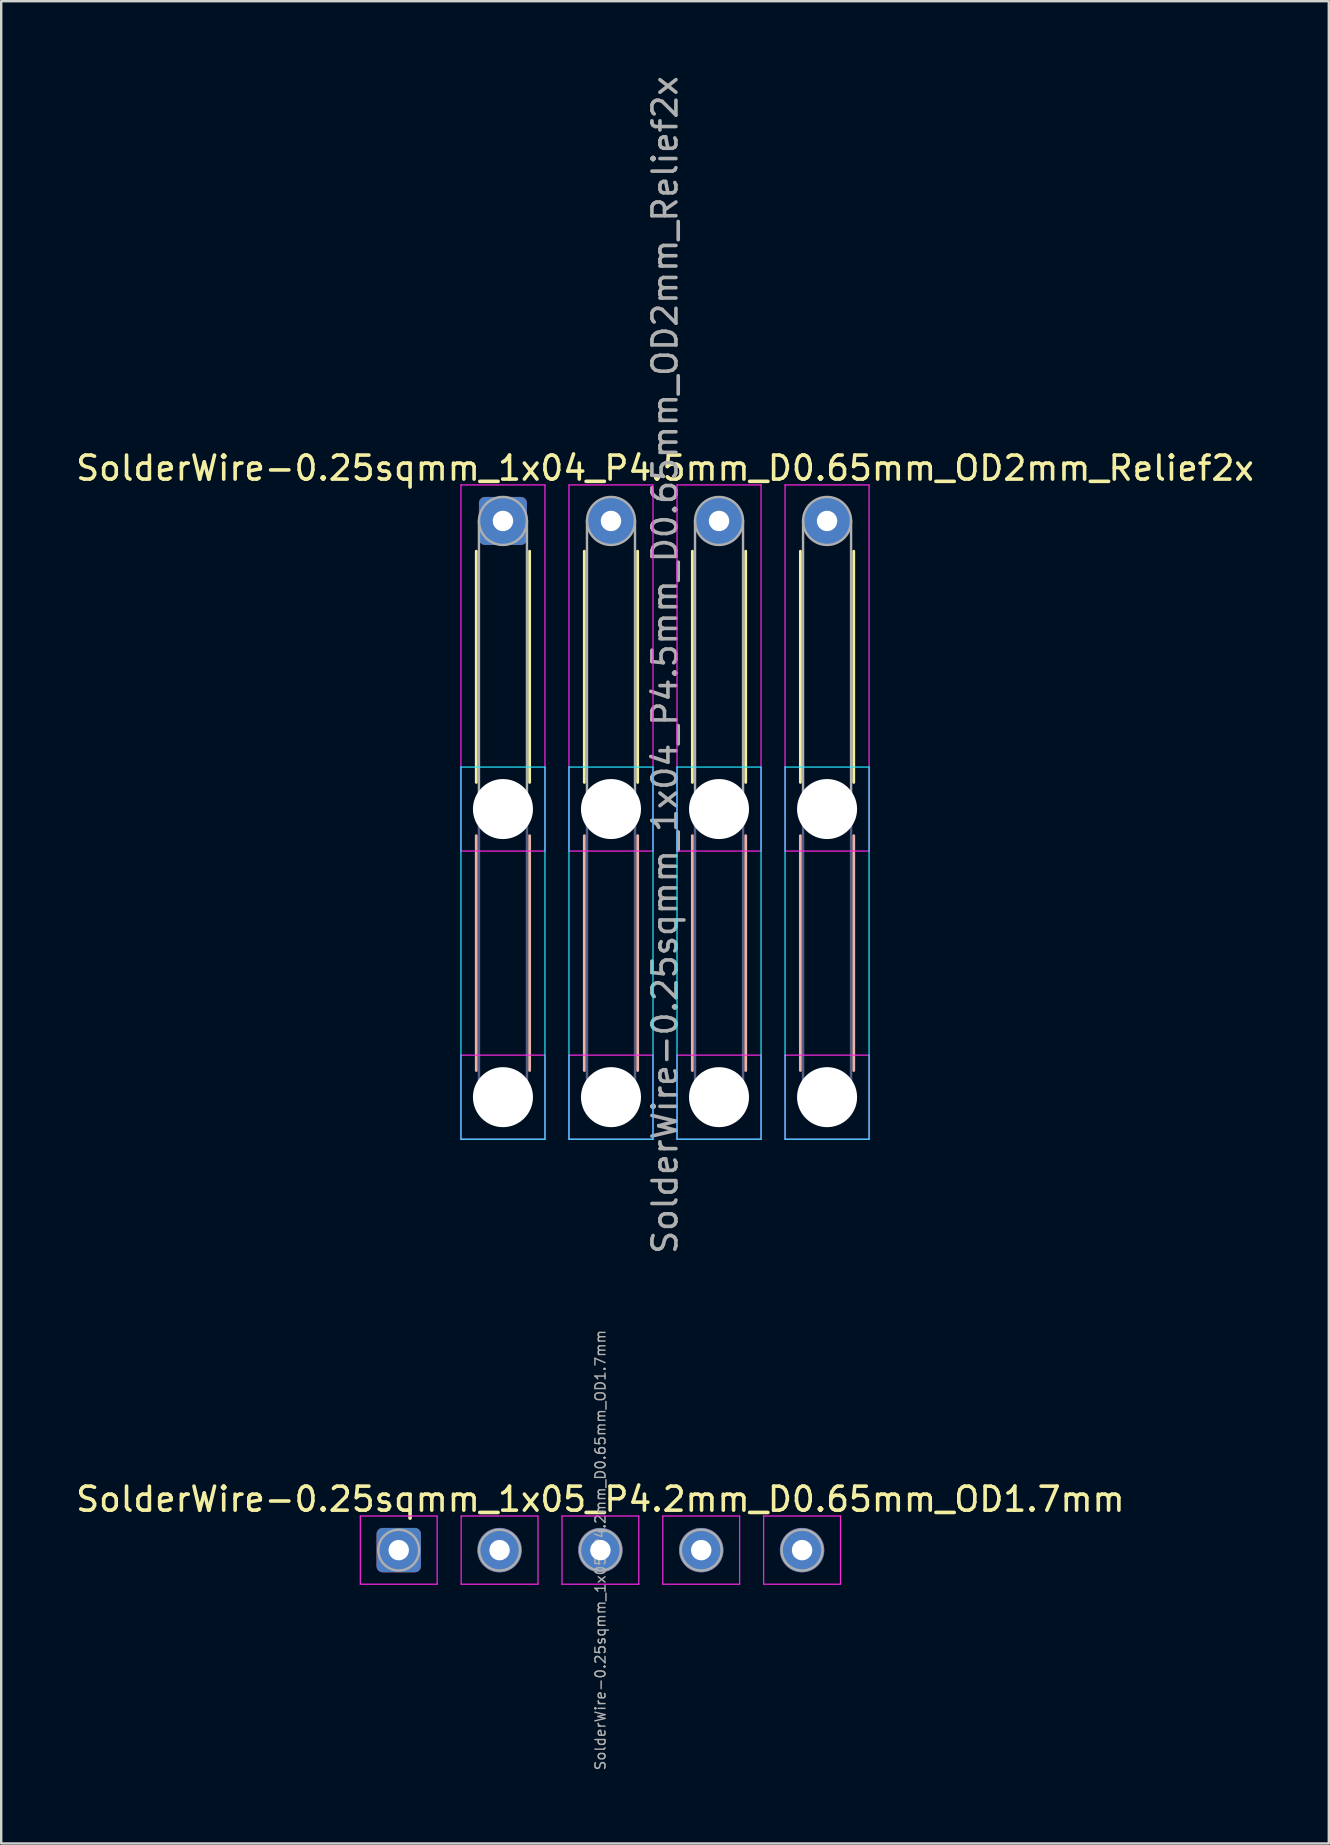
<source format=kicad_pcb>
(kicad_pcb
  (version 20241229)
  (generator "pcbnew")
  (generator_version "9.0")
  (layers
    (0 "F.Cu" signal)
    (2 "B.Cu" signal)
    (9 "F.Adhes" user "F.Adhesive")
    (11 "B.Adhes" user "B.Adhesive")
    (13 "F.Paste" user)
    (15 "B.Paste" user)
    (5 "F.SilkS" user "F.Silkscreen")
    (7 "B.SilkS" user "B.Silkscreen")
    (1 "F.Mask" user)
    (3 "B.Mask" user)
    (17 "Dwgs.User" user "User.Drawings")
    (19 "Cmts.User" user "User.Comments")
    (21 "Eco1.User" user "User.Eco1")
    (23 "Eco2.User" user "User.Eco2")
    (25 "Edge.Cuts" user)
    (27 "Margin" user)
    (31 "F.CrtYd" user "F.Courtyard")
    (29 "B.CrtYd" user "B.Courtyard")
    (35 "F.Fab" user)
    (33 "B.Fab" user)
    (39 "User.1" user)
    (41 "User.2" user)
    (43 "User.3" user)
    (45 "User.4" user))
  (footprint "SolderWire-0.25sqmm_1x05_P4.2mm_D0.65mm_OD1.7mm"
    (layer "F.Cu")
    (at 13.558 61.516)
    (property "Reference" "SolderWire-0.25sqmm_1x05_P4.2mm_D0.65mm_OD1.7mm" (at 8.4 -2.12 0) (layer "F.SilkS") (effects (font (size 1 1) (thickness 0.15))))
    (attr exclude_from_pos_files exclude_from_bom)
    (fp_line (start -1.6 -1.42) (end -1.6 1.42) (stroke (width 0.05) (type solid)) (layer "F.CrtYd"))
    (fp_line (start -1.6 1.42) (end 1.6 1.42) (stroke (width 0.05) (type solid)) (layer "F.CrtYd"))
    (fp_line (start 1.6 -1.42) (end -1.6 -1.42) (stroke (width 0.05) (type solid)) (layer "F.CrtYd"))
    (fp_line (start 1.6 1.42) (end 1.6 -1.42) (stroke (width 0.05) (type solid)) (layer "F.CrtYd"))
    (fp_line (start 2.6 -1.42) (end 2.6 1.42) (stroke (width 0.05) (type solid)) (layer "F.CrtYd"))
    (fp_line (start 2.6 1.42) (end 5.8 1.42) (stroke (width 0.05) (type solid)) (layer "F.CrtYd"))
    (fp_line (start 5.8 -1.42) (end 2.6 -1.42) (stroke (width 0.05) (type solid)) (layer "F.CrtYd"))
    (fp_line (start 5.8 1.42) (end 5.8 -1.42) (stroke (width 0.05) (type solid)) (layer "F.CrtYd"))
    (fp_line (start 6.8 -1.42) (end 6.8 1.42) (stroke (width 0.05) (type solid)) (layer "F.CrtYd"))
    (fp_line (start 6.8 1.42) (end 10 1.42) (stroke (width 0.05) (type solid)) (layer "F.CrtYd"))
    (fp_line (start 10 -1.42) (end 6.8 -1.42) (stroke (width 0.05) (type solid)) (layer "F.CrtYd"))
    (fp_line (start 10 1.42) (end 10 -1.42) (stroke (width 0.05) (type solid)) (layer "F.CrtYd"))
    (fp_line (start 11 -1.42) (end 11 1.42) (stroke (width 0.05) (type solid)) (layer "F.CrtYd"))
    (fp_line (start 11 1.42) (end 14.2 1.42) (stroke (width 0.05) (type solid)) (layer "F.CrtYd"))
    (fp_line (start 14.2 -1.42) (end 11 -1.42) (stroke (width 0.05) (type solid)) (layer "F.CrtYd"))
    (fp_line (start 14.2 1.42) (end 14.2 -1.42) (stroke (width 0.05) (type solid)) (layer "F.CrtYd"))
    (fp_line (start 15.2 -1.42) (end 15.2 1.42) (stroke (width 0.05) (type solid)) (layer "F.CrtYd"))
    (fp_line (start 15.2 1.42) (end 18.4 1.42) (stroke (width 0.05) (type solid)) (layer "F.CrtYd"))
    (fp_line (start 18.4 -1.42) (end 15.2 -1.42) (stroke (width 0.05) (type solid)) (layer "F.CrtYd"))
    (fp_line (start 18.4 1.42) (end 18.4 -1.42) (stroke (width 0.05) (type solid)) (layer "F.CrtYd"))
    (fp_circle (center 0 0) (end 0.85 0) (stroke (width 0.1) (type solid)) (fill no) (layer "F.Fab"))
    (fp_circle (center 4.2 0) (end 5.05 0) (stroke (width 0.1) (type solid)) (fill no) (layer "F.Fab"))
    (fp_circle (center 8.4 0) (end 9.25 0) (stroke (width 0.1) (type solid)) (fill no) (layer "F.Fab"))
    (fp_circle (center 12.6 0) (end 13.45 0) (stroke (width 0.1) (type solid)) (fill no) (layer "F.Fab"))
    (fp_circle (center 16.8 0) (end 17.65 0) (stroke (width 0.1) (type solid)) (fill no) (layer "F.Fab"))
    (fp_text user "${REFERENCE}" (at 8.4 0 90) (layer "F.Fab") (effects (font (size 0.42 0.42) (thickness 0.06))))
    (pad "1" thru_hole roundrect (at 0 0) (size 1.85 1.85) (drill 0.85) (layers "*.Cu" "*.Mask") (roundrect_rratio 0.135))
    (pad "2" thru_hole circle (at 4.2 0) (size 1.85 1.85) (drill 0.85) (layers "*.Cu" "*.Mask"))
    (pad "3" thru_hole circle (at 8.4 0) (size 1.85 1.85) (drill 0.85) (layers "*.Cu" "*.Mask"))
    (pad "4" thru_hole circle (at 12.6 0) (size 1.85 1.85) (drill 0.85) (layers "*.Cu" "*.Mask"))
    (pad "5" thru_hole circle (at 16.8 0) (size 1.85 1.85) (drill 0.85) (layers "*.Cu" "*.Mask")))
  (footprint "SolderWire-0.25sqmm_1x04_P4.5mm_D0.65mm_OD2mm_Relief2x"
    (layer "F.Cu")
    (at 17.899 18.649)
    (property "Reference" "SolderWire-0.25sqmm_1x04_P4.5mm_D0.65mm_OD2mm_Relief2x" (at 6.75 -2.2 0) (layer "F.SilkS") (effects (font (size 1 1) (thickness 0.15))))
    (attr exclude_from_pos_files exclude_from_bom)
    (fp_line (start -1.11 1.26) (end -1.11 10.89) (stroke (width 0.12) (type solid)) (layer "F.SilkS"))
    (fp_line (start 1.11 1.26) (end 1.11 10.89) (stroke (width 0.12) (type solid)) (layer "F.SilkS"))
    (fp_line (start 3.39 1.26) (end 3.39 10.89) (stroke (width 0.12) (type solid)) (layer "F.SilkS"))
    (fp_line (start 5.61 1.26) (end 5.61 10.89) (stroke (width 0.12) (type solid)) (layer "F.SilkS"))
    (fp_line (start 7.89 1.26) (end 7.89 10.89) (stroke (width 0.12) (type solid)) (layer "F.SilkS"))
    (fp_line (start 10.11 1.26) (end 10.11 10.89) (stroke (width 0.12) (type solid)) (layer "F.SilkS"))
    (fp_line (start 12.39 1.26) (end 12.39 10.89) (stroke (width 0.12) (type solid)) (layer "F.SilkS"))
    (fp_line (start 14.61 1.26) (end 14.61 10.89) (stroke (width 0.12) (type solid)) (layer "F.SilkS"))
    (fp_line (start -1.11 13.11) (end -1.11 22.89) (stroke (width 0.12) (type solid)) (layer "B.SilkS"))
    (fp_line (start 1.11 13.11) (end 1.11 22.89) (stroke (width 0.12) (type solid)) (layer "B.SilkS"))
    (fp_line (start 3.39 13.11) (end 3.39 22.89) (stroke (width 0.12) (type solid)) (layer "B.SilkS"))
    (fp_line (start 5.61 13.11) (end 5.61 22.89) (stroke (width 0.12) (type solid)) (layer "B.SilkS"))
    (fp_line (start 7.89 13.11) (end 7.89 22.89) (stroke (width 0.12) (type solid)) (layer "B.SilkS"))
    (fp_line (start 10.11 13.11) (end 10.11 22.89) (stroke (width 0.12) (type solid)) (layer "B.SilkS"))
    (fp_line (start 12.39 13.11) (end 12.39 22.89) (stroke (width 0.12) (type solid)) (layer "B.SilkS"))
    (fp_line (start 14.61 13.11) (end 14.61 22.89) (stroke (width 0.12) (type solid)) (layer "B.SilkS"))
    (fp_line (start -1.75 10.25) (end -1.75 25.75) (stroke (width 0.05) (type solid)) (layer "B.CrtYd"))
    (fp_line (start -1.75 25.75) (end 1.75 25.75) (stroke (width 0.05) (type solid)) (layer "B.CrtYd"))
    (fp_line (start 1.75 10.25) (end -1.75 10.25) (stroke (width 0.05) (type solid)) (layer "B.CrtYd"))
    (fp_line (start 1.75 25.75) (end 1.75 10.25) (stroke (width 0.05) (type solid)) (layer "B.CrtYd"))
    (fp_line (start 2.75 10.25) (end 2.75 25.75) (stroke (width 0.05) (type solid)) (layer "B.CrtYd"))
    (fp_line (start 2.75 25.75) (end 6.25 25.75) (stroke (width 0.05) (type solid)) (layer "B.CrtYd"))
    (fp_line (start 6.25 10.25) (end 2.75 10.25) (stroke (width 0.05) (type solid)) (layer "B.CrtYd"))
    (fp_line (start 6.25 25.75) (end 6.25 10.25) (stroke (width 0.05) (type solid)) (layer "B.CrtYd"))
    (fp_line (start 7.25 10.25) (end 7.25 25.75) (stroke (width 0.05) (type solid)) (layer "B.CrtYd"))
    (fp_line (start 7.25 25.75) (end 10.75 25.75) (stroke (width 0.05) (type solid)) (layer "B.CrtYd"))
    (fp_line (start 10.75 10.25) (end 7.25 10.25) (stroke (width 0.05) (type solid)) (layer "B.CrtYd"))
    (fp_line (start 10.75 25.75) (end 10.75 10.25) (stroke (width 0.05) (type solid)) (layer "B.CrtYd"))
    (fp_line (start 11.75 10.25) (end 11.75 25.75) (stroke (width 0.05) (type solid)) (layer "B.CrtYd"))
    (fp_line (start 11.75 25.75) (end 15.25 25.75) (stroke (width 0.05) (type solid)) (layer "B.CrtYd"))
    (fp_line (start 15.25 10.25) (end 11.75 10.25) (stroke (width 0.05) (type solid)) (layer "B.CrtYd"))
    (fp_line (start 15.25 25.75) (end 15.25 10.25) (stroke (width 0.05) (type solid)) (layer "B.CrtYd"))
    (fp_line (start -1.75 -1.5) (end -1.75 13.75) (stroke (width 0.05) (type solid)) (layer "F.CrtYd"))
    (fp_line (start -1.75 13.75) (end 1.75 13.75) (stroke (width 0.05) (type solid)) (layer "F.CrtYd"))
    (fp_line (start -1.75 22.25) (end -1.75 25.75) (stroke (width 0.05) (type solid)) (layer "F.CrtYd"))
    (fp_line (start -1.75 25.75) (end 1.75 25.75) (stroke (width 0.05) (type solid)) (layer "F.CrtYd"))
    (fp_line (start 1.75 -1.5) (end -1.75 -1.5) (stroke (width 0.05) (type solid)) (layer "F.CrtYd"))
    (fp_line (start 1.75 13.75) (end 1.75 -1.5) (stroke (width 0.05) (type solid)) (layer "F.CrtYd"))
    (fp_line (start 1.75 22.25) (end -1.75 22.25) (stroke (width 0.05) (type solid)) (layer "F.CrtYd"))
    (fp_line (start 1.75 25.75) (end 1.75 22.25) (stroke (width 0.05) (type solid)) (layer "F.CrtYd"))
    (fp_line (start 2.75 -1.5) (end 2.75 13.75) (stroke (width 0.05) (type solid)) (layer "F.CrtYd"))
    (fp_line (start 2.75 13.75) (end 6.25 13.75) (stroke (width 0.05) (type solid)) (layer "F.CrtYd"))
    (fp_line (start 2.75 22.25) (end 2.75 25.75) (stroke (width 0.05) (type solid)) (layer "F.CrtYd"))
    (fp_line (start 2.75 25.75) (end 6.25 25.75) (stroke (width 0.05) (type solid)) (layer "F.CrtYd"))
    (fp_line (start 6.25 -1.5) (end 2.75 -1.5) (stroke (width 0.05) (type solid)) (layer "F.CrtYd"))
    (fp_line (start 6.25 13.75) (end 6.25 -1.5) (stroke (width 0.05) (type solid)) (layer "F.CrtYd"))
    (fp_line (start 6.25 22.25) (end 2.75 22.25) (stroke (width 0.05) (type solid)) (layer "F.CrtYd"))
    (fp_line (start 6.25 25.75) (end 6.25 22.25) (stroke (width 0.05) (type solid)) (layer "F.CrtYd"))
    (fp_line (start 7.25 -1.5) (end 7.25 13.75) (stroke (width 0.05) (type solid)) (layer "F.CrtYd"))
    (fp_line (start 7.25 13.75) (end 10.75 13.75) (stroke (width 0.05) (type solid)) (layer "F.CrtYd"))
    (fp_line (start 7.25 22.25) (end 7.25 25.75) (stroke (width 0.05) (type solid)) (layer "F.CrtYd"))
    (fp_line (start 7.25 25.75) (end 10.75 25.75) (stroke (width 0.05) (type solid)) (layer "F.CrtYd"))
    (fp_line (start 10.75 -1.5) (end 7.25 -1.5) (stroke (width 0.05) (type solid)) (layer "F.CrtYd"))
    (fp_line (start 10.75 13.75) (end 10.75 -1.5) (stroke (width 0.05) (type solid)) (layer "F.CrtYd"))
    (fp_line (start 10.75 22.25) (end 7.25 22.25) (stroke (width 0.05) (type solid)) (layer "F.CrtYd"))
    (fp_line (start 10.75 25.75) (end 10.75 22.25) (stroke (width 0.05) (type solid)) (layer "F.CrtYd"))
    (fp_line (start 11.75 -1.5) (end 11.75 13.75) (stroke (width 0.05) (type solid)) (layer "F.CrtYd"))
    (fp_line (start 11.75 13.75) (end 15.25 13.75) (stroke (width 0.05) (type solid)) (layer "F.CrtYd"))
    (fp_line (start 11.75 22.25) (end 11.75 25.75) (stroke (width 0.05) (type solid)) (layer "F.CrtYd"))
    (fp_line (start 11.75 25.75) (end 15.25 25.75) (stroke (width 0.05) (type solid)) (layer "F.CrtYd"))
    (fp_line (start 15.25 -1.5) (end 11.75 -1.5) (stroke (width 0.05) (type solid)) (layer "F.CrtYd"))
    (fp_line (start 15.25 13.75) (end 15.25 -1.5) (stroke (width 0.05) (type solid)) (layer "F.CrtYd"))
    (fp_line (start 15.25 22.25) (end 11.75 22.25) (stroke (width 0.05) (type solid)) (layer "F.CrtYd"))
    (fp_line (start 15.25 25.75) (end 15.25 22.25) (stroke (width 0.05) (type solid)) (layer "F.CrtYd"))
    (fp_line (start -1 12) (end -1 24) (stroke (width 0.1) (type solid)) (layer "B.Fab"))
    (fp_line (start 1 12) (end 1 24) (stroke (width 0.1) (type solid)) (layer "B.Fab"))
    (fp_line (start 3.5 12) (end 3.5 24) (stroke (width 0.1) (type solid)) (layer "B.Fab"))
    (fp_line (start 5.5 12) (end 5.5 24) (stroke (width 0.1) (type solid)) (layer "B.Fab"))
    (fp_line (start 8 12) (end 8 24) (stroke (width 0.1) (type solid)) (layer "B.Fab"))
    (fp_line (start 10 12) (end 10 24) (stroke (width 0.1) (type solid)) (layer "B.Fab"))
    (fp_line (start 12.5 12) (end 12.5 24) (stroke (width 0.1) (type solid)) (layer "B.Fab"))
    (fp_line (start 14.5 12) (end 14.5 24) (stroke (width 0.1) (type solid)) (layer "B.Fab"))
    (fp_circle (center 0 12) (end 1 12) (stroke (width 0.1) (type solid)) (fill no) (layer "B.Fab"))
    (fp_circle (center 0 24) (end 1 24) (stroke (width 0.1) (type solid)) (fill no) (layer "B.Fab"))
    (fp_circle (center 4.5 12) (end 5.5 12) (stroke (width 0.1) (type solid)) (fill no) (layer "B.Fab"))
    (fp_circle (center 4.5 24) (end 5.5 24) (stroke (width 0.1) (type solid)) (fill no) (layer "B.Fab"))
    (fp_circle (center 9 12) (end 10 12) (stroke (width 0.1) (type solid)) (fill no) (layer "B.Fab"))
    (fp_circle (center 9 24) (end 10 24) (stroke (width 0.1) (type solid)) (fill no) (layer "B.Fab"))
    (fp_circle (center 13.5 12) (end 14.5 12) (stroke (width 0.1) (type solid)) (fill no) (layer "B.Fab"))
    (fp_circle (center 13.5 24) (end 14.5 24) (stroke (width 0.1) (type solid)) (fill no) (layer "B.Fab"))
    (fp_line (start -1 0) (end -1 12) (stroke (width 0.1) (type solid)) (layer "F.Fab"))
    (fp_line (start 1 0) (end 1 12) (stroke (width 0.1) (type solid)) (layer "F.Fab"))
    (fp_line (start 3.5 0) (end 3.5 12) (stroke (width 0.1) (type solid)) (layer "F.Fab"))
    (fp_line (start 5.5 0) (end 5.5 12) (stroke (width 0.1) (type solid)) (layer "F.Fab"))
    (fp_line (start 8 0) (end 8 12) (stroke (width 0.1) (type solid)) (layer "F.Fab"))
    (fp_line (start 10 0) (end 10 12) (stroke (width 0.1) (type solid)) (layer "F.Fab"))
    (fp_line (start 12.5 0) (end 12.5 12) (stroke (width 0.1) (type solid)) (layer "F.Fab"))
    (fp_line (start 14.5 0) (end 14.5 12) (stroke (width 0.1) (type solid)) (layer "F.Fab"))
    (fp_circle (center 0 0) (end 1 0) (stroke (width 0.1) (type solid)) (fill no) (layer "F.Fab"))
    (fp_circle (center 0 12) (end 1 12) (stroke (width 0.1) (type solid)) (fill no) (layer "F.Fab"))
    (fp_circle (center 0 24) (end 1 24) (stroke (width 0.1) (type solid)) (fill no) (layer "F.Fab"))
    (fp_circle (center 4.5 0) (end 5.5 0) (stroke (width 0.1) (type solid)) (fill no) (layer "F.Fab"))
    (fp_circle (center 4.5 12) (end 5.5 12) (stroke (width 0.1) (type solid)) (fill no) (layer "F.Fab"))
    (fp_circle (center 4.5 24) (end 5.5 24) (stroke (width 0.1) (type solid)) (fill no) (layer "F.Fab"))
    (fp_circle (center 9 0) (end 10 0) (stroke (width 0.1) (type solid)) (fill no) (layer "F.Fab"))
    (fp_circle (center 9 12) (end 10 12) (stroke (width 0.1) (type solid)) (fill no) (layer "F.Fab"))
    (fp_circle (center 9 24) (end 10 24) (stroke (width 0.1) (type solid)) (fill no) (layer "F.Fab"))
    (fp_circle (center 13.5 0) (end 14.5 0) (stroke (width 0.1) (type solid)) (fill no) (layer "F.Fab"))
    (fp_circle (center 13.5 12) (end 14.5 12) (stroke (width 0.1) (type solid)) (fill no) (layer "F.Fab"))
    (fp_circle (center 13.5 24) (end 14.5 24) (stroke (width 0.1) (type solid)) (fill no) (layer "F.Fab"))
    (fp_text user "${REFERENCE}" (at 6.75 6 90) (layer "F.Fab") (effects (font (size 1 1) (thickness 0.15))))
    (pad "" np_thru_hole circle (at 0 12) (size 2.5 2.5) (drill 2.5) (layers "*.Cu" "*.Mask"))
    (pad "" np_thru_hole circle (at 0 24) (size 2.5 2.5) (drill 2.5) (layers "*.Cu" "*.Mask"))
    (pad "" np_thru_hole circle (at 4.5 12) (size 2.5 2.5) (drill 2.5) (layers "*.Cu" "*.Mask"))
    (pad "" np_thru_hole circle (at 4.5 24) (size 2.5 2.5) (drill 2.5) (layers "*.Cu" "*.Mask"))
    (pad "" np_thru_hole circle (at 9 12) (size 2.5 2.5) (drill 2.5) (layers "*.Cu" "*.Mask"))
    (pad "" np_thru_hole circle (at 9 24) (size 2.5 2.5) (drill 2.5) (layers "*.Cu" "*.Mask"))
    (pad "" np_thru_hole circle (at 13.5 12) (size 2.5 2.5) (drill 2.5) (layers "*.Cu" "*.Mask"))
    (pad "" np_thru_hole circle (at 13.5 24) (size 2.5 2.5) (drill 2.5) (layers "*.Cu" "*.Mask"))
    (pad "1" thru_hole roundrect (at 0 0) (size 2 2) (drill 0.85) (layers "*.Cu" "*.Mask") (roundrect_rratio 0.125))
    (pad "2" thru_hole circle (at 4.5 0) (size 2 2) (drill 0.85) (layers "*.Cu" "*.Mask"))
    (pad "3" thru_hole circle (at 9 0) (size 2 2) (drill 0.85) (layers "*.Cu" "*.Mask"))
    (pad "4" thru_hole circle (at 13.5 0) (size 2 2) (drill 0.85) (layers "*.Cu" "*.Mask")))
  (gr_rect
    (start -3 -3)
    (end 52.298 73.734)
    (stroke (width 0.1) (type default))
    (fill no)
    (layer "Edge.Cuts")))
</source>
